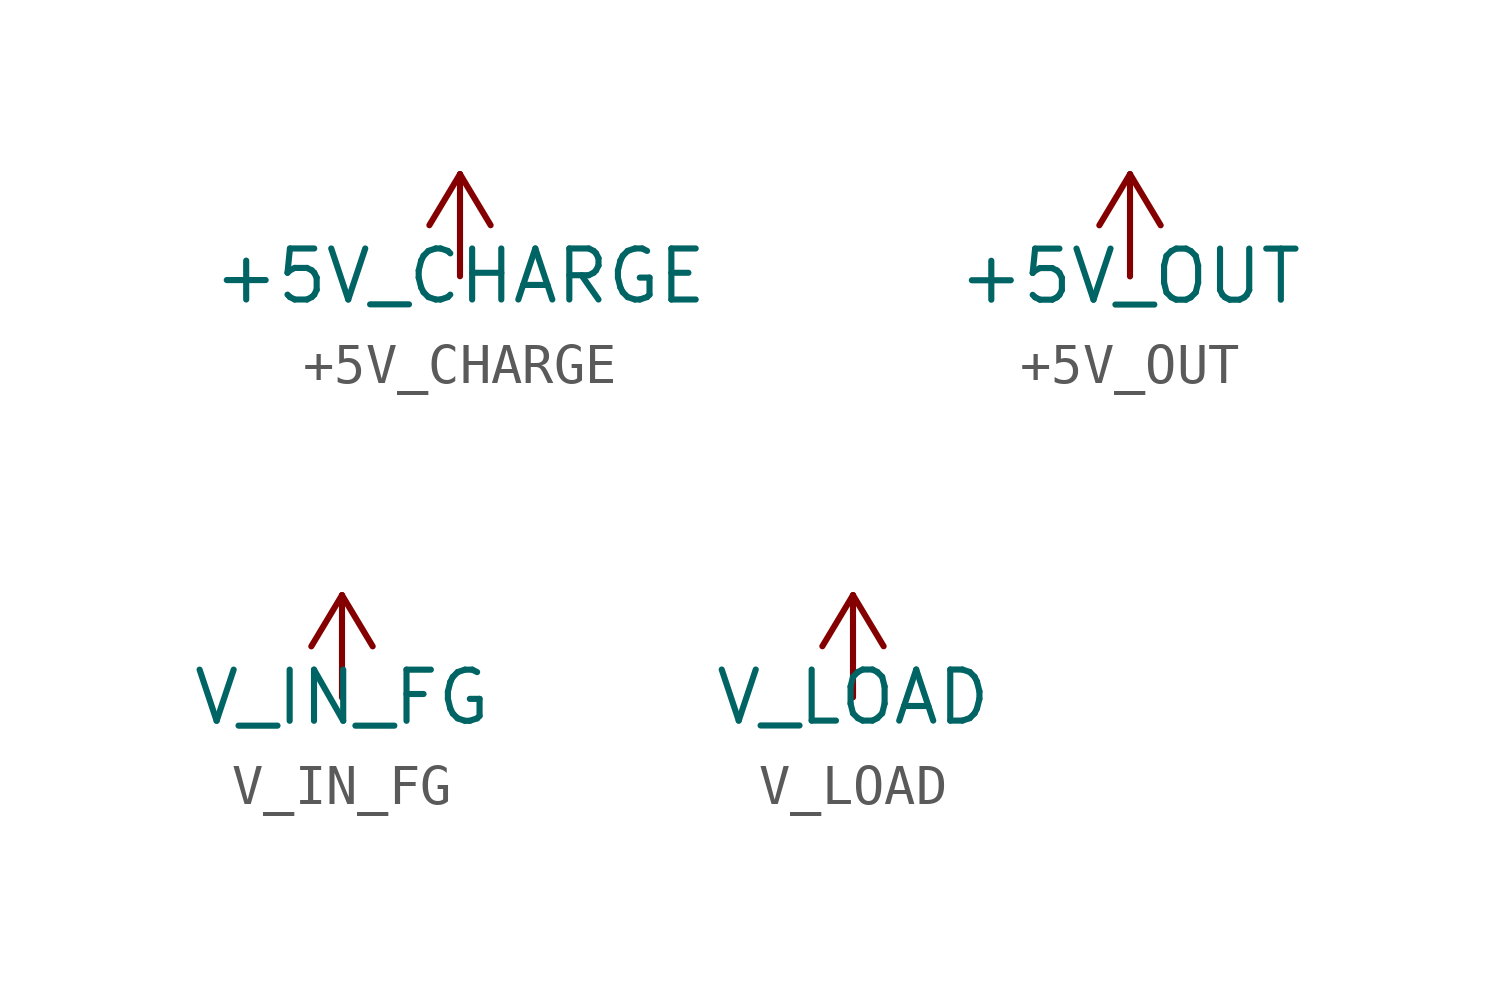
<source format=kicad_sym>
(kicad_symbol_lib
  (version 20220914)
  (generator kicad_symbol_editor)
  (symbol "+5V_CHARGE"
    (power)
    (property "Reference" "#PWR"
      (at 0 0 0)
      (effects (font (size 1.27 1.27)) hide))
    (property "Value" "+5V_CHARGE"
      (at 0 0 0)
      (effects (font (size 1.27 1.27))))
    (symbol "+5V_CHARGE_0_1"
      (polyline (pts (xy 0 0) (xy 0 2.54)) (stroke (width 0) (type default)) (fill (type none)))
      (polyline (pts (xy 0 2.54) (xy -0.762 1.27)) (stroke (width 0) (type default)) (fill (type none)))
      (polyline (pts (xy 0 2.54) (xy 0.762 1.27)) (stroke (width 0) (type default)) (fill (type none))))
    (symbol "+5V_CHARGE_1_1"
      (pin power_in line (at 0 0 90) (length 0) hide (name "+5V_CHARGE" (effects (font (size 1.27 1.27)))) (number "1" (effects (font (size 1.27 1.27)))))))
  (symbol "+5V_OUT"
    (power)
    (property "Reference" "#PWR"
      (at 0 0 0)
      (effects (font (size 1.27 1.27)) hide))
    (property "Value" "+5V_OUT"
      (at 0 0 0)
      (effects (font (size 1.27 1.27))))
    (symbol "+5V_OUT_0_1"
      (polyline (pts (xy 0 0) (xy 0 2.54)) (stroke (width 0) (type default)) (fill (type none)))
      (polyline (pts (xy 0 2.54) (xy -0.762 1.27)) (stroke (width 0) (type default)) (fill (type none)))
      (polyline (pts (xy 0 2.54) (xy 0.762 1.27)) (stroke (width 0) (type default)) (fill (type none))))
    (symbol "+5V_OUT_1_1"
      (pin power_in line (at 0 0 90) (length 0) hide (name "+5V_OUT" (effects (font (size 1.27 1.27)))) (number "1" (effects (font (size 1.27 1.27)))))))
  (symbol "V_IN_FG"
    (power)
    (property "Reference" "#PWR"
      (at 0 0 0)
      (effects (font (size 1.27 1.27)) hide))
    (property "Value" "V_IN_FG"
      (at 0 0 0)
      (effects (font (size 1.27 1.27))))
    (symbol "V_IN_FG_0_1"
      (polyline (pts (xy 0 0) (xy 0 2.54)) (stroke (width 0) (type default)) (fill (type none)))
      (polyline (pts (xy 0 2.54) (xy -0.762 1.27)) (stroke (width 0) (type default)) (fill (type none)))
      (polyline (pts (xy 0 2.54) (xy 0.762 1.27)) (stroke (width 0) (type default)) (fill (type none))))
    (symbol "V_IN_FG_1_1"
      (pin power_in line (at 0 0 90) (length 0) hide (name "V_IN_FG" (effects (font (size 1.27 1.27)))) (number "1" (effects (font (size 1.27 1.27)))))))
  (symbol "V_LOAD"
    (power)
    (property "Reference" "#PWR"
      (at 0 0 0)
      (effects (font (size 1.27 1.27)) hide))
    (property "Value" "V_LOAD"
      (at 0 0 0)
      (effects (font (size 1.27 1.27))))
    (symbol "V_LOAD_0_1"
      (polyline (pts (xy 0 0) (xy 0 2.54)) (stroke (width 0) (type default)) (fill (type none)))
      (polyline (pts (xy 0 2.54) (xy -0.762 1.27)) (stroke (width 0) (type default)) (fill (type none)))
      (polyline (pts (xy 0 2.54) (xy 0.762 1.27)) (stroke (width 0) (type default)) (fill (type none))))
    (symbol "V_LOAD_1_1"
      (pin power_in line (at 0 0 90) (length 0) hide (name "V_LOAD" (effects (font (size 1.27 1.27)))) (number "1" (effects (font (size 1.27 1.27))))))))
</source>
